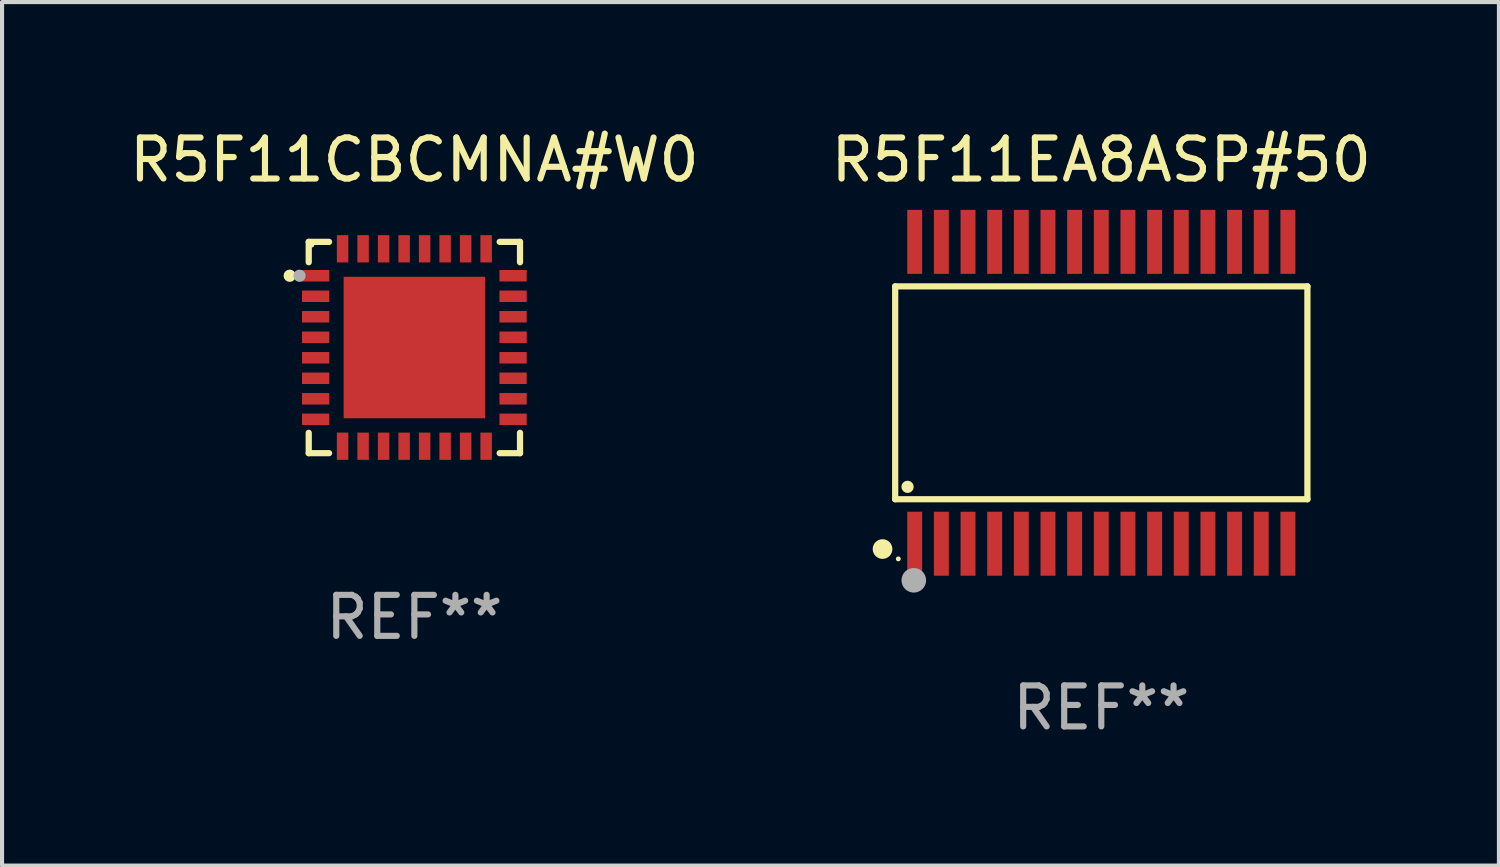
<source format=kicad_pcb>
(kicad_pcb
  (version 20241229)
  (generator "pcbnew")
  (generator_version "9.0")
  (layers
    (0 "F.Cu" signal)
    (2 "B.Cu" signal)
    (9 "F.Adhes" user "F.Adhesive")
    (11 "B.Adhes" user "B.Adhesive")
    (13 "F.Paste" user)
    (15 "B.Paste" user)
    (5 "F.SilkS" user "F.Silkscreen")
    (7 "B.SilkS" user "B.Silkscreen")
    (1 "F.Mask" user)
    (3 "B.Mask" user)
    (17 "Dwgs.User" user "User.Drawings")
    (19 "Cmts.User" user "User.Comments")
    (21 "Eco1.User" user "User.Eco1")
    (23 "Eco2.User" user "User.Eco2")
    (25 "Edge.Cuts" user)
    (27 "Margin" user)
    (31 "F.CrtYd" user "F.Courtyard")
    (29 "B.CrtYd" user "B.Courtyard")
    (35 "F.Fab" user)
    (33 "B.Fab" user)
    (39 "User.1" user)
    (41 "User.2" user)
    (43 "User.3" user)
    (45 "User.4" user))
  (footprint "R5F11CBCMNA#W0"
    (layer "F.Cu")
    (at 7.054 5.424)
    (property "Reference" "R5F11CBCMNA#W0" (at 0 -4.576 0) (layer "F.SilkS") (effects (font (size 1 1) (thickness 0.15))))
    (attr through_hole)
    (fp_line (start -2.576 -2.576) (end -2.576 -2.08) (stroke (width 0.152) (type solid)) (layer "F.SilkS"))
    (fp_line (start -2.576 2.576) (end -2.576 2.08) (stroke (width 0.152) (type solid)) (layer "F.SilkS"))
    (fp_line (start -2.08 -2.576) (end -2.576 -2.576) (stroke (width 0.152) (type solid)) (layer "F.SilkS"))
    (fp_line (start -2.08 2.576) (end -2.576 2.576) (stroke (width 0.152) (type solid)) (layer "F.SilkS"))
    (fp_line (start 2.08 -2.576) (end 2.576 -2.576) (stroke (width 0.152) (type solid)) (layer "F.SilkS"))
    (fp_line (start 2.08 2.576) (end 2.576 2.576) (stroke (width 0.152) (type solid)) (layer "F.SilkS"))
    (fp_line (start 2.576 -2.576) (end 2.576 -2.08) (stroke (width 0.152) (type solid)) (layer "F.SilkS"))
    (fp_line (start 2.576 2.576) (end 2.576 2.08) (stroke (width 0.152) (type solid)) (layer "F.SilkS"))
    (fp_circle (center -3.04 -1.75) (end -2.965 -1.75) (stroke (width 0.15) (type solid)) (fill no) (layer "F.SilkS"))
    (fp_circle (center -2.5 -2.5) (end -2.47 -2.5) (stroke (width 0.06) (type solid)) (fill no) (layer "F.SilkS"))
    (fp_circle (center -2.8 -1.75) (end -2.725 -1.75) (stroke (width 0.15) (type solid)) (fill no) (layer "F.Fab"))
    (fp_text user "REF**" (at 0 6.576 0) (layer "F.Fab") (effects (font (size 1 1) (thickness 0.15))))
    (pad "1" smd rect (at -2.407 -1.75) (size 0.665 0.28) (layers "F.Cu" "F.Mask" "F.Paste"))
    (pad "2" smd rect (at -2.407 -1.25) (size 0.665 0.28) (layers "F.Cu" "F.Mask" "F.Paste"))
    (pad "3" smd rect (at -2.407 -0.75) (size 0.665 0.28) (layers "F.Cu" "F.Mask" "F.Paste"))
    (pad "4" smd rect (at -2.407 -0.25) (size 0.665 0.28) (layers "F.Cu" "F.Mask" "F.Paste"))
    (pad "5" smd rect (at -2.407 0.25) (size 0.665 0.28) (layers "F.Cu" "F.Mask" "F.Paste"))
    (pad "6" smd rect (at -2.407 0.75) (size 0.665 0.28) (layers "F.Cu" "F.Mask" "F.Paste"))
    (pad "7" smd rect (at -2.407 1.25) (size 0.665 0.28) (layers "F.Cu" "F.Mask" "F.Paste"))
    (pad "8" smd rect (at -2.407 1.75) (size 0.665 0.28) (layers "F.Cu" "F.Mask" "F.Paste"))
    (pad "9" smd rect (at -1.75 2.407) (size 0.28 0.665) (layers "F.Cu" "F.Mask" "F.Paste"))
    (pad "10" smd rect (at -1.25 2.407) (size 0.28 0.665) (layers "F.Cu" "F.Mask" "F.Paste"))
    (pad "11" smd rect (at -0.75 2.407) (size 0.28 0.665) (layers "F.Cu" "F.Mask" "F.Paste"))
    (pad "12" smd rect (at -0.25 2.407) (size 0.28 0.665) (layers "F.Cu" "F.Mask" "F.Paste"))
    (pad "13" smd rect (at 0.25 2.407) (size 0.28 0.665) (layers "F.Cu" "F.Mask" "F.Paste"))
    (pad "14" smd rect (at 0.75 2.407) (size 0.28 0.665) (layers "F.Cu" "F.Mask" "F.Paste"))
    (pad "15" smd rect (at 1.25 2.407) (size 0.28 0.665) (layers "F.Cu" "F.Mask" "F.Paste"))
    (pad "16" smd rect (at 1.75 2.407) (size 0.28 0.665) (layers "F.Cu" "F.Mask" "F.Paste"))
    (pad "17" smd rect (at 2.407 1.75) (size 0.665 0.28) (layers "F.Cu" "F.Mask" "F.Paste"))
    (pad "18" smd rect (at 2.407 1.25) (size 0.665 0.28) (layers "F.Cu" "F.Mask" "F.Paste"))
    (pad "19" smd rect (at 2.407 0.75) (size 0.665 0.28) (layers "F.Cu" "F.Mask" "F.Paste"))
    (pad "20" smd rect (at 2.407 0.25) (size 0.665 0.28) (layers "F.Cu" "F.Mask" "F.Paste"))
    (pad "21" smd rect (at 2.407 -0.25) (size 0.665 0.28) (layers "F.Cu" "F.Mask" "F.Paste"))
    (pad "22" smd rect (at 2.407 -0.75) (size 0.665 0.28) (layers "F.Cu" "F.Mask" "F.Paste"))
    (pad "23" smd rect (at 2.407 -1.25) (size 0.665 0.28) (layers "F.Cu" "F.Mask" "F.Paste"))
    (pad "24" smd rect (at 2.407 -1.75) (size 0.665 0.28) (layers "F.Cu" "F.Mask" "F.Paste"))
    (pad "25" smd rect (at 1.75 -2.407) (size 0.28 0.665) (layers "F.Cu" "F.Mask" "F.Paste"))
    (pad "26" smd rect (at 1.25 -2.407) (size 0.28 0.665) (layers "F.Cu" "F.Mask" "F.Paste"))
    (pad "27" smd rect (at 0.75 -2.407) (size 0.28 0.665) (layers "F.Cu" "F.Mask" "F.Paste"))
    (pad "28" smd rect (at 0.25 -2.407) (size 0.28 0.665) (layers "F.Cu" "F.Mask" "F.Paste"))
    (pad "29" smd rect (at -0.25 -2.407) (size 0.28 0.665) (layers "F.Cu" "F.Mask" "F.Paste"))
    (pad "30" smd rect (at -0.75 -2.407) (size 0.28 0.665) (layers "F.Cu" "F.Mask" "F.Paste"))
    (pad "31" smd rect (at -1.25 -2.407) (size 0.28 0.665) (layers "F.Cu" "F.Mask" "F.Paste"))
    (pad "32" smd rect (at -1.75 -2.407) (size 0.28 0.665) (layers "F.Cu" "F.Mask" "F.Paste"))
    (pad "33" smd rect (at 0 0) (size 3.45 3.45) (layers "F.Cu" "F.Mask" "F.Paste")))
  (footprint "R5F11EA8ASP#50"
    (layer "F.Cu")
    (at 23.804 6.528)
    (property "Reference" "R5F11EA8ASP#50" (at 0 -5.68 0) (layer "F.SilkS") (effects (font (size 1 1) (thickness 0.15))))
    (attr through_hole)
    (fp_line (start -5.026 -2.595) (end 5.026 -2.595) (stroke (width 0.152) (type solid)) (layer "F.SilkS"))
    (fp_line (start -5.026 2.595) (end -5.026 -2.595) (stroke (width 0.152) (type solid)) (layer "F.SilkS"))
    (fp_line (start 5.026 -2.595) (end 5.026 2.595) (stroke (width 0.152) (type solid)) (layer "F.SilkS"))
    (fp_line (start 5.026 2.595) (end -5.026 2.595) (stroke (width 0.152) (type solid)) (layer "F.SilkS"))
    (fp_circle (center -5.334 3.81) (end -5.214 3.81) (stroke (width 0.24) (type solid)) (fill no) (layer "F.SilkS"))
    (fp_circle (center -4.95 4.05) (end -4.92 4.05) (stroke (width 0.06) (type solid)) (fill no) (layer "F.SilkS"))
    (fp_circle (center -4.724 2.293) (end -4.649 2.293) (stroke (width 0.15) (type solid)) (fill no) (layer "F.SilkS"))
    (fp_circle (center -4.572 4.572) (end -4.422 4.572) (stroke (width 0.3) (type solid)) (fill no) (layer "F.Fab"))
    (fp_text user "REF**" (at 0 7.68 0) (layer "F.Fab") (effects (font (size 1 1) (thickness 0.15))))
    (pad "1" smd rect (at -4.55 3.68) (size 0.364 1.56) (layers "F.Cu" "F.Mask" "F.Paste"))
    (pad "2" smd rect (at -3.9 3.68) (size 0.364 1.56) (layers "F.Cu" "F.Mask" "F.Paste"))
    (pad "3" smd rect (at -3.25 3.68) (size 0.364 1.56) (layers "F.Cu" "F.Mask" "F.Paste"))
    (pad "4" smd rect (at -2.6 3.68) (size 0.364 1.56) (layers "F.Cu" "F.Mask" "F.Paste"))
    (pad "5" smd rect (at -1.95 3.68) (size 0.364 1.56) (layers "F.Cu" "F.Mask" "F.Paste"))
    (pad "6" smd rect (at -1.3 3.68) (size 0.364 1.56) (layers "F.Cu" "F.Mask" "F.Paste"))
    (pad "7" smd rect (at -0.65 3.68) (size 0.364 1.56) (layers "F.Cu" "F.Mask" "F.Paste"))
    (pad "8" smd rect (at -0.000013 3.68) (size 0.364 1.56) (layers "F.Cu" "F.Mask" "F.Paste"))
    (pad "9" smd rect (at 0.65 3.68) (size 0.364 1.56) (layers "F.Cu" "F.Mask" "F.Paste"))
    (pad "10" smd rect (at 1.3 3.68) (size 0.364 1.56) (layers "F.Cu" "F.Mask" "F.Paste"))
    (pad "11" smd rect (at 1.95 3.68) (size 0.364 1.56) (layers "F.Cu" "F.Mask" "F.Paste"))
    (pad "12" smd rect (at 2.6 3.68) (size 0.364 1.56) (layers "F.Cu" "F.Mask" "F.Paste"))
    (pad "13" smd rect (at 3.25 3.68) (size 0.364 1.56) (layers "F.Cu" "F.Mask" "F.Paste"))
    (pad "14" smd rect (at 3.9 3.68) (size 0.364 1.56) (layers "F.Cu" "F.Mask" "F.Paste"))
    (pad "15" smd rect (at 4.55 3.68) (size 0.364 1.56) (layers "F.Cu" "F.Mask" "F.Paste"))
    (pad "16" smd rect (at 4.55 -3.68) (size 0.364 1.56) (layers "F.Cu" "F.Mask" "F.Paste"))
    (pad "17" smd rect (at 3.9 -3.68) (size 0.364 1.56) (layers "F.Cu" "F.Mask" "F.Paste"))
    (pad "18" smd rect (at 3.25 -3.68) (size 0.364 1.56) (layers "F.Cu" "F.Mask" "F.Paste"))
    (pad "19" smd rect (at 2.6 -3.68) (size 0.364 1.56) (layers "F.Cu" "F.Mask" "F.Paste"))
    (pad "20" smd rect (at 1.95 -3.68) (size 0.364 1.56) (layers "F.Cu" "F.Mask" "F.Paste"))
    (pad "21" smd rect (at 1.3 -3.68) (size 0.364 1.56) (layers "F.Cu" "F.Mask" "F.Paste"))
    (pad "22" smd rect (at 0.65 -3.68) (size 0.364 1.56) (layers "F.Cu" "F.Mask" "F.Paste"))
    (pad "23" smd rect (at -0.000013 -3.68) (size 0.364 1.56) (layers "F.Cu" "F.Mask" "F.Paste"))
    (pad "24" smd rect (at -0.65 -3.68) (size 0.364 1.56) (layers "F.Cu" "F.Mask" "F.Paste"))
    (pad "25" smd rect (at -1.3 -3.68) (size 0.364 1.56) (layers "F.Cu" "F.Mask" "F.Paste"))
    (pad "26" smd rect (at -1.95 -3.68) (size 0.364 1.56) (layers "F.Cu" "F.Mask" "F.Paste"))
    (pad "27" smd rect (at -2.6 -3.68) (size 0.364 1.56) (layers "F.Cu" "F.Mask" "F.Paste"))
    (pad "28" smd rect (at -3.25 -3.68) (size 0.364 1.56) (layers "F.Cu" "F.Mask" "F.Paste"))
    (pad "29" smd rect (at -3.9 -3.68) (size 0.364 1.56) (layers "F.Cu" "F.Mask" "F.Paste"))
    (pad "30" smd rect (at -4.55 -3.68) (size 0.364 1.56) (layers "F.Cu" "F.Mask" "F.Paste")))
  (gr_rect
    (start -3 -3)
    (end 33.5 18.056)
    (stroke (width 0.1) (type default))
    (fill no)
    (layer "Edge.Cuts")))
</source>
